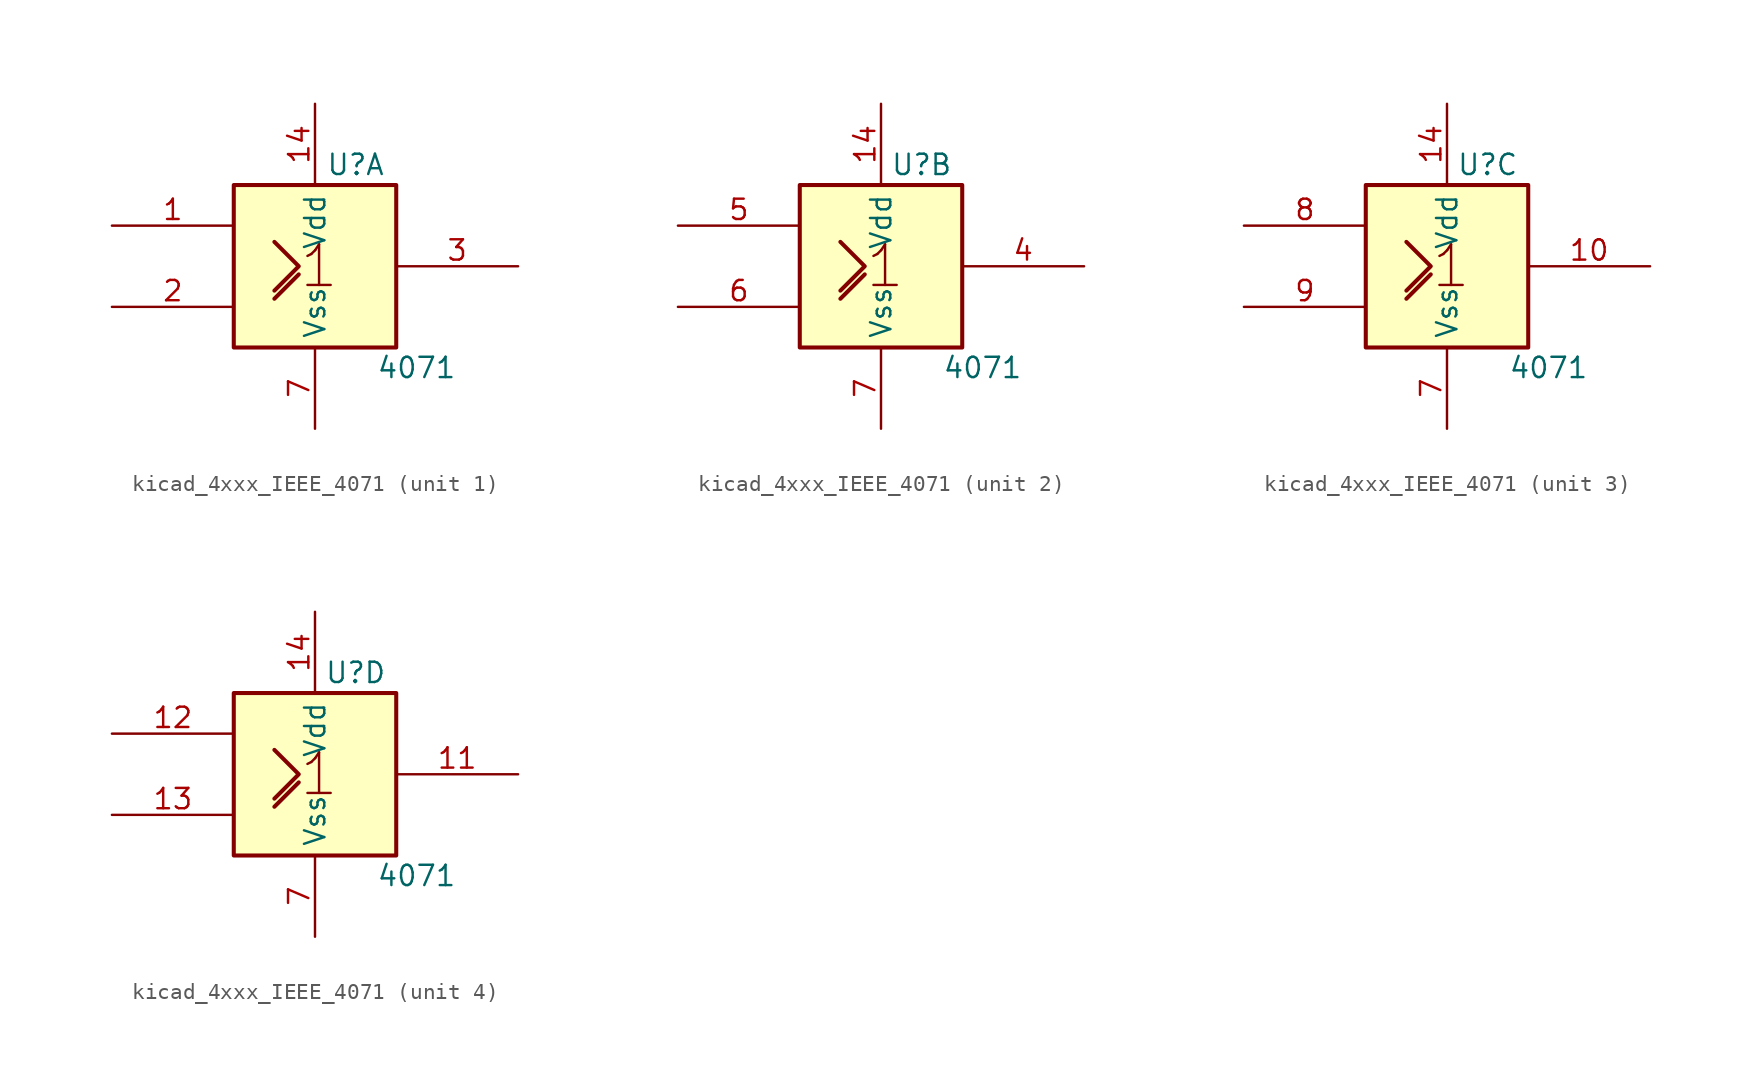
<source format=kicad_sym>
(kicad_symbol_lib
  (version 20220914)
  (generator kicad_symbol_editor)
  (symbol "kicad_4xxx_IEEE_4071"
    (property "Reference" "U"
      (at 2.54 6.35 0)
      (effects (font (size 1.27 1.27))))
    (property "Value" "4071"
      (at 6.35 -6.35 0)
      (effects (font (size 1.27 1.27))))
    (symbol "kicad_4xxx_IEEE_4071_0_0"
      (rectangle (start -5.08 5.08) (end 5.08 -5.08) (stroke (width 0.254) (type default)) (fill (type background)))
      (polyline (pts (xy -2.54 -2.032) (xy -1.016 -0.508) (xy -1.016 -0.508)) (stroke (width 0.254) (type default)) (fill (type background)))
      (polyline (pts (xy -2.54 1.524) (xy -1.016 0) (xy -2.54 -1.524) (xy -2.54 -1.524)) (stroke (width 0.254) (type default)) (fill (type background)))
      (text "1" (at 0.254 0 0) (effects (font (size 2.54 2.54))))
      (pin power_in line (at 0 10.16 270) (length 5.08) (name "Vdd" (effects (font (size 1.27 1.27)))) (number "14" (effects (font (size 1.27 1.27)))))
      (pin power_in line (at 0 -10.16 90) (length 5.08) (name "Vss" (effects (font (size 1.27 1.27)))) (number "7" (effects (font (size 1.27 1.27))))))
    (symbol "kicad_4xxx_IEEE_4071_1_1"
      (pin input line (at -12.7 2.54 0) (length 7.62) (name "~" (effects (font (size 1.27 1.27)))) (number "1" (effects (font (size 1.27 1.27)))))
      (pin input line (at -12.7 -2.54 0) (length 7.62) (name "~" (effects (font (size 1.27 1.27)))) (number "2" (effects (font (size 1.27 1.27)))))
      (pin output line (at 12.7 0 180) (length 7.62) (name "~" (effects (font (size 1.27 1.27)))) (number "3" (effects (font (size 1.27 1.27))))))
    (symbol "kicad_4xxx_IEEE_4071_2_1"
      (pin output line (at 12.7 0 180) (length 7.62) (name "~" (effects (font (size 1.27 1.27)))) (number "4" (effects (font (size 1.27 1.27)))))
      (pin input line (at -12.7 2.54 0) (length 7.62) (name "~" (effects (font (size 1.27 1.27)))) (number "5" (effects (font (size 1.27 1.27)))))
      (pin input line (at -12.7 -2.54 0) (length 7.62) (name "~" (effects (font (size 1.27 1.27)))) (number "6" (effects (font (size 1.27 1.27))))))
    (symbol "kicad_4xxx_IEEE_4071_3_1"
      (pin output line (at 12.7 0 180) (length 7.62) (name "~" (effects (font (size 1.27 1.27)))) (number "10" (effects (font (size 1.27 1.27)))))
      (pin input line (at -12.7 2.54 0) (length 7.62) (name "~" (effects (font (size 1.27 1.27)))) (number "8" (effects (font (size 1.27 1.27)))))
      (pin input line (at -12.7 -2.54 0) (length 7.62) (name "~" (effects (font (size 1.27 1.27)))) (number "9" (effects (font (size 1.27 1.27))))))
    (symbol "kicad_4xxx_IEEE_4071_4_1"
      (pin output line (at 12.7 0 180) (length 7.62) (name "~" (effects (font (size 1.27 1.27)))) (number "11" (effects (font (size 1.27 1.27)))))
      (pin input line (at -12.7 2.54 0) (length 7.62) (name "~" (effects (font (size 1.27 1.27)))) (number "12" (effects (font (size 1.27 1.27)))))
      (pin input line (at -12.7 -2.54 0) (length 7.62) (name "~" (effects (font (size 1.27 1.27)))) (number "13" (effects (font (size 1.27 1.27))))))))
</source>
